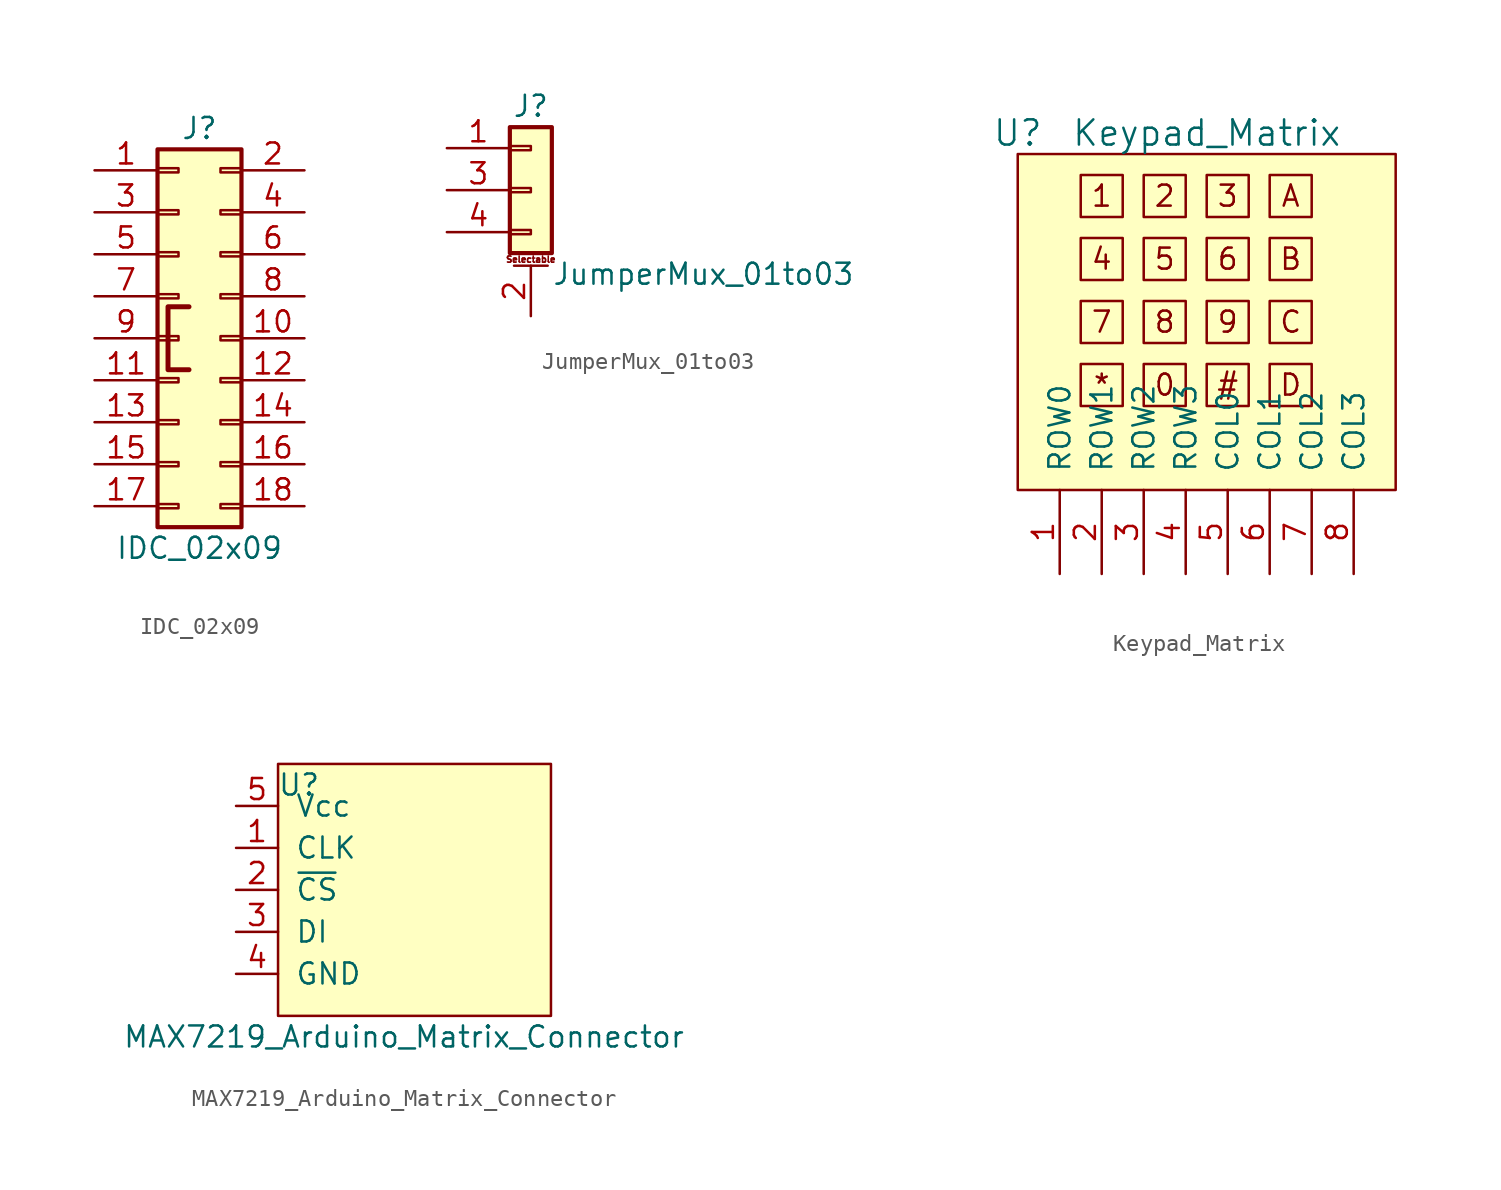
<source format=kicad_sym>
(kicad_symbol_lib
  (version 20231120)
  (generator "kicad_symbol_editor")
  (generator_version "8.0")
  (symbol "IDC_02x09"
    (pin_names
      (offset 1.016) hide)
    (property "Reference" "J"
      (at 1.27 12.7 0)
      (effects (font (size 1.27 1.27))))
    (property "Value" "IDC_02x09"
      (at 1.27 -12.7 0)
      (effects (font (size 1.27 1.27))))
    (symbol "IDC_02x09_1_1"
      (rectangle (start -1.27 -10.033) (end 0 -10.287) (stroke (width 0.152) (type default)) (fill (type none)))
      (rectangle (start -1.27 -7.493) (end 0 -7.747) (stroke (width 0.152) (type default)) (fill (type none)))
      (rectangle (start -1.27 -4.953) (end 0 -5.207) (stroke (width 0.152) (type default)) (fill (type none)))
      (rectangle (start -1.27 -2.413) (end 0 -2.667) (stroke (width 0.152) (type default)) (fill (type none)))
      (rectangle (start -1.27 0.127) (end 0 -0.127) (stroke (width 0.152) (type default)) (fill (type none)))
      (rectangle (start -1.27 2.667) (end 0 2.413) (stroke (width 0.152) (type default)) (fill (type none)))
      (rectangle (start -1.27 5.207) (end 0 4.953) (stroke (width 0.152) (type default)) (fill (type none)))
      (rectangle (start -1.27 7.747) (end 0 7.493) (stroke (width 0.152) (type default)) (fill (type none)))
      (rectangle (start -1.27 10.287) (end 0 10.033) (stroke (width 0.152) (type default)) (fill (type none)))
      (rectangle (start -1.27 11.43) (end 3.81 -11.43) (stroke (width 0.254) (type default)) (fill (type background)))
      (polyline (pts (xy 0.635 1.905) (xy -0.635 1.905) (xy -0.635 -1.905) (xy 0.635 -1.905)) (stroke (width 0.3) (type default)) (fill (type none)))
      (rectangle (start 3.81 -10.033) (end 2.54 -10.287) (stroke (width 0.152) (type default)) (fill (type none)))
      (rectangle (start 3.81 -7.493) (end 2.54 -7.747) (stroke (width 0.152) (type default)) (fill (type none)))
      (rectangle (start 3.81 -4.953) (end 2.54 -5.207) (stroke (width 0.152) (type default)) (fill (type none)))
      (rectangle (start 3.81 -2.413) (end 2.54 -2.667) (stroke (width 0.152) (type default)) (fill (type none)))
      (rectangle (start 3.81 0.127) (end 2.54 -0.127) (stroke (width 0.152) (type default)) (fill (type none)))
      (rectangle (start 3.81 2.667) (end 2.54 2.413) (stroke (width 0.152) (type default)) (fill (type none)))
      (rectangle (start 3.81 5.207) (end 2.54 4.953) (stroke (width 0.152) (type default)) (fill (type none)))
      (rectangle (start 3.81 7.747) (end 2.54 7.493) (stroke (width 0.152) (type default)) (fill (type none)))
      (rectangle (start 3.81 10.287) (end 2.54 10.033) (stroke (width 0.152) (type default)) (fill (type none)))
      (pin passive line (at -5.08 10.16 0) (length 3.81) (name "Pin_1" (effects (font (size 1.27 1.27)))) (number "1" (effects (font (size 1.27 1.27)))))
      (pin passive line (at 7.62 0 180) (length 3.81) (name "Pin_10" (effects (font (size 1.27 1.27)))) (number "10" (effects (font (size 1.27 1.27)))))
      (pin passive line (at -5.08 -2.54 0) (length 3.81) (name "Pin_11" (effects (font (size 1.27 1.27)))) (number "11" (effects (font (size 1.27 1.27)))))
      (pin passive line (at 7.62 -2.54 180) (length 3.81) (name "Pin_12" (effects (font (size 1.27 1.27)))) (number "12" (effects (font (size 1.27 1.27)))))
      (pin passive line (at -5.08 -5.08 0) (length 3.81) (name "Pin_13" (effects (font (size 1.27 1.27)))) (number "13" (effects (font (size 1.27 1.27)))))
      (pin passive line (at 7.62 -5.08 180) (length 3.81) (name "Pin_14" (effects (font (size 1.27 1.27)))) (number "14" (effects (font (size 1.27 1.27)))))
      (pin passive line (at -5.08 -7.62 0) (length 3.81) (name "Pin_15" (effects (font (size 1.27 1.27)))) (number "15" (effects (font (size 1.27 1.27)))))
      (pin passive line (at 7.62 -7.62 180) (length 3.81) (name "Pin_16" (effects (font (size 1.27 1.27)))) (number "16" (effects (font (size 1.27 1.27)))))
      (pin passive line (at -5.08 -10.16 0) (length 3.81) (name "Pin_17" (effects (font (size 1.27 1.27)))) (number "17" (effects (font (size 1.27 1.27)))))
      (pin passive line (at 7.62 -10.16 180) (length 3.81) (name "Pin_18" (effects (font (size 1.27 1.27)))) (number "18" (effects (font (size 1.27 1.27)))))
      (pin passive line (at 7.62 10.16 180) (length 3.81) (name "Pin_2" (effects (font (size 1.27 1.27)))) (number "2" (effects (font (size 1.27 1.27)))))
      (pin passive line (at -5.08 7.62 0) (length 3.81) (name "Pin_3" (effects (font (size 1.27 1.27)))) (number "3" (effects (font (size 1.27 1.27)))))
      (pin passive line (at 7.62 7.62 180) (length 3.81) (name "Pin_4" (effects (font (size 1.27 1.27)))) (number "4" (effects (font (size 1.27 1.27)))))
      (pin passive line (at -5.08 5.08 0) (length 3.81) (name "Pin_5" (effects (font (size 1.27 1.27)))) (number "5" (effects (font (size 1.27 1.27)))))
      (pin passive line (at 7.62 5.08 180) (length 3.81) (name "Pin_6" (effects (font (size 1.27 1.27)))) (number "6" (effects (font (size 1.27 1.27)))))
      (pin passive line (at -5.08 2.54 0) (length 3.81) (name "Pin_7" (effects (font (size 1.27 1.27)))) (number "7" (effects (font (size 1.27 1.27)))))
      (pin passive line (at 7.62 2.54 180) (length 3.81) (name "Pin_8" (effects (font (size 1.27 1.27)))) (number "8" (effects (font (size 1.27 1.27)))))
      (pin passive line (at -5.08 0 0) (length 3.81) (name "Pin_9" (effects (font (size 1.27 1.27)))) (number "9" (effects (font (size 1.27 1.27)))))))
  (symbol "JumperMux_01to03"
    (pin_names
      (offset 1.016) hide)
    (property "Reference" "J"
      (at 0 5.08 0)
      (effects (font (size 1.27 1.27))))
    (property "Value" "JumperMux_01to03"
      (at 1.27 -5.08 0)
      (effects (font (size 1.27 1.27)) (justify left)))
    (symbol "JumperMux_01to03_1_1"
      (rectangle (start -1.27 -2.413) (end 0 -2.667) (stroke (width 0.152) (type default)) (fill (type none)))
      (rectangle (start -1.27 0.127) (end 0 -0.127) (stroke (width 0.152) (type default)) (fill (type none)))
      (rectangle (start -1.27 2.667) (end 0 2.413) (stroke (width 0.152) (type default)) (fill (type none)))
      (rectangle (start -1.27 3.81) (end 1.27 -3.81) (stroke (width 0.254) (type default)) (fill (type background)))
      (polyline (pts (xy -1.016 -4.572) (xy 1.016 -4.572)) (stroke (width 0.152) (type default)) (fill (type none)))
      (text "Selectable" (at 0 -4.191 0) (effects (font (size 0.381 0.381))))
      (pin passive line (at -5.08 2.54 0) (length 3.81) (name "Pin_1" (effects (font (size 1.27 1.27)))) (number "1" (effects (font (size 1.27 1.27)))))
      (pin passive line (at 0 -7.62 90) (length 3.048) (name "CommonPin" (effects (font (size 1.27 1.27)))) (number "2" (effects (font (size 1.27 1.27)))))
      (pin passive line (at -5.08 0 0) (length 3.81) (name "Pin_3" (effects (font (size 1.27 1.27)))) (number "3" (effects (font (size 1.27 1.27)))))
      (pin passive line (at -5.08 -2.54 0) (length 3.81) (name "Pin_4" (effects (font (size 1.27 1.27)))) (number "4" (effects (font (size 1.27 1.27)))))))
  (symbol "Keypad_Matrix"
    (pin_names
      (offset 1.016))
    (property "Reference" "U"
      (at -11.43 11.43 0)
      (effects (font (size 1.524 1.524))))
    (property "Value" "Keypad_Matrix"
      (at 0 11.43 0)
      (effects (font (size 1.524 1.524))))
    (property "Footprint" ""
      (at 3.81 0 90)
      (effects (font (size 1.524 1.524))))
    (property "Datasheet" ""
      (at 3.81 0 90)
      (effects (font (size 1.524 1.524))))
    (symbol "Keypad_Matrix_0_0"
      (text "#" (at 1.27 -3.81 0) (effects (font (size 1.27 1.27))))
      (text "*" (at -6.35 -3.81 0) (effects (font (size 1.27 1.27))))
      (text "0" (at -2.54 -3.81 0) (effects (font (size 1.27 1.27))))
      (text "1" (at -6.35 7.62 0) (effects (font (size 1.27 1.27))))
      (text "2" (at -2.54 7.62 0) (effects (font (size 1.27 1.27))))
      (text "3" (at 1.27 7.62 0) (effects (font (size 1.27 1.27))))
      (text "4" (at -6.35 3.81 0) (effects (font (size 1.27 1.27))))
      (text "5" (at -2.54 3.81 0) (effects (font (size 1.27 1.27))))
      (text "6" (at 1.27 3.81 0) (effects (font (size 1.27 1.27))))
      (text "7" (at -6.35 0 0) (effects (font (size 1.27 1.27))))
      (text "8" (at -2.54 0 0) (effects (font (size 1.27 1.27))))
      (text "9" (at 1.27 0 0) (effects (font (size 1.27 1.27))))
      (text "A" (at 5.08 7.62 0) (effects (font (size 1.27 1.27))))
      (text "B" (at 5.08 3.81 0) (effects (font (size 1.27 1.27))))
      (text "C" (at 5.08 0 0) (effects (font (size 1.27 1.27))))
      (text "D" (at 5.08 -3.81 0) (effects (font (size 1.27 1.27)))))
    (symbol "Keypad_Matrix_0_1"
      (rectangle (start -7.62 8.89) (end -5.08 6.35) (stroke (width 0) (type default)) (fill (type none)))
      (rectangle (start 11.43 -10.16) (end -11.43 10.16) (stroke (width 0) (type default)) (fill (type background))))
    (symbol "Keypad_Matrix_1_1"
      (rectangle (start -7.62 -2.54) (end -5.08 -5.08) (stroke (width 0) (type default)) (fill (type none)))
      (rectangle (start -7.62 1.27) (end -5.08 -1.27) (stroke (width 0) (type default)) (fill (type none)))
      (rectangle (start -7.62 5.08) (end -5.08 2.54) (stroke (width 0) (type default)) (fill (type none)))
      (rectangle (start -3.81 -2.54) (end -1.27 -5.08) (stroke (width 0) (type default)) (fill (type none)))
      (rectangle (start -3.81 1.27) (end -1.27 -1.27) (stroke (width 0) (type default)) (fill (type none)))
      (rectangle (start -3.81 5.08) (end -1.27 2.54) (stroke (width 0) (type default)) (fill (type none)))
      (rectangle (start -3.81 8.89) (end -1.27 6.35) (stroke (width 0) (type default)) (fill (type none)))
      (rectangle (start 0 -2.54) (end 2.54 -5.08) (stroke (width 0) (type default)) (fill (type none)))
      (rectangle (start 0 1.27) (end 2.54 -1.27) (stroke (width 0) (type default)) (fill (type none)))
      (rectangle (start 0 5.08) (end 2.54 2.54) (stroke (width 0) (type default)) (fill (type none)))
      (rectangle (start 0 8.89) (end 2.54 6.35) (stroke (width 0) (type default)) (fill (type none)))
      (rectangle (start 3.81 -2.54) (end 6.35 -5.08) (stroke (width 0) (type default)) (fill (type none)))
      (rectangle (start 3.81 1.27) (end 6.35 -1.27) (stroke (width 0) (type default)) (fill (type none)))
      (rectangle (start 3.81 5.08) (end 6.35 2.54) (stroke (width 0) (type default)) (fill (type none)))
      (rectangle (start 3.81 8.89) (end 6.35 6.35) (stroke (width 0) (type default)) (fill (type none)))
      (pin output line (at -8.89 -15.24 90) (length 5.08) (name "ROW0" (effects (font (size 1.27 1.27)))) (number "1" (effects (font (size 1.27 1.27)))))
      (pin output line (at -6.35 -15.24 90) (length 5.08) (name "ROW1" (effects (font (size 1.27 1.27)))) (number "2" (effects (font (size 1.27 1.27)))))
      (pin output line (at -3.81 -15.24 90) (length 5.08) (name "ROW2" (effects (font (size 1.27 1.27)))) (number "3" (effects (font (size 1.27 1.27)))))
      (pin output line (at -1.27 -15.24 90) (length 5.08) (name "ROW3" (effects (font (size 1.27 1.27)))) (number "4" (effects (font (size 1.27 1.27)))))
      (pin input line (at 1.27 -15.24 90) (length 5.08) (name "COL0" (effects (font (size 1.27 1.27)))) (number "5" (effects (font (size 1.27 1.27)))))
      (pin input line (at 3.81 -15.24 90) (length 5.08) (name "COL1" (effects (font (size 1.27 1.27)))) (number "6" (effects (font (size 1.27 1.27)))))
      (pin input line (at 6.35 -15.24 90) (length 5.08) (name "COL2" (effects (font (size 1.27 1.27)))) (number "7" (effects (font (size 1.27 1.27)))))
      (pin input line (at 8.89 -15.24 90) (length 5.08) (name "COL3" (effects (font (size 1.27 1.27)))) (number "8" (effects (font (size 1.27 1.27)))))))
  (symbol "MAX7219_Arduino_Matrix_Connector"
    (pin_names
      (offset 1.016))
    (property "Reference" "U"
      (at -6.35 7.62 0)
      (effects (font (size 1.27 1.27))))
    (property "Value" "MAX7219_Arduino_Matrix_Connector"
      (at 0 -7.62 0)
      (effects (font (size 1.27 1.27))))
    (symbol "MAX7219_Arduino_Matrix_Connector_0_1"
      (rectangle (start -7.62 8.89) (end 8.89 -6.35) (stroke (width 0) (type default)) (fill (type background))))
    (symbol "MAX7219_Arduino_Matrix_Connector_1_1"
      (pin input line (at -10.16 3.81 0) (length 2.54) (name "CLK" (effects (font (size 1.27 1.27)))) (number "1" (effects (font (size 1.27 1.27)))))
      (pin input line (at -10.16 1.27 0) (length 2.54) (name "~{CS}" (effects (font (size 1.27 1.27)))) (number "2" (effects (font (size 1.27 1.27)))))
      (pin input line (at -10.16 -1.27 0) (length 2.54) (name "DI" (effects (font (size 1.27 1.27)))) (number "3" (effects (font (size 1.27 1.27)))))
      (pin power_in line (at -10.16 -3.81 0) (length 2.54) (name "GND" (effects (font (size 1.27 1.27)))) (number "4" (effects (font (size 1.27 1.27)))))
      (pin power_in line (at -10.16 6.35 0) (length 2.54) (name "Vcc" (effects (font (size 1.27 1.27)))) (number "5" (effects (font (size 1.27 1.27))))))))
</source>
